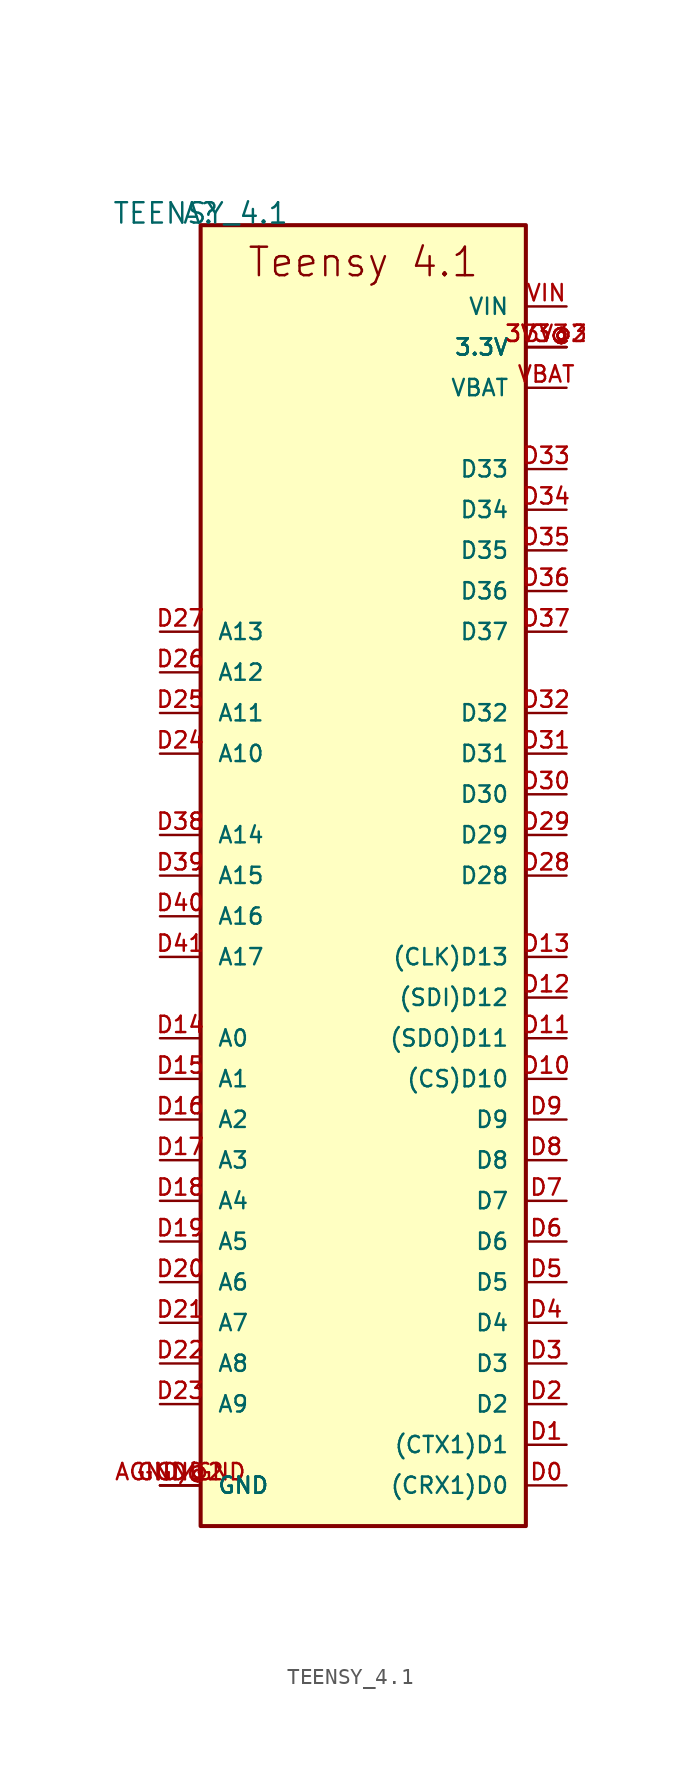
<source format=kicad_sym>
(kicad_symbol_lib
  (version 20211014)
  (generator kicad_symbol_editor)
  (symbol "TEENSY_4.1"
    (pin_names
      (offset 1.016))
    (property "Reference" "A"
      (at 0 0 0)
      (effects (font (size 1.27 1.27)) (justify bottom)))
    (property "Value" "TEENSY_4.1"
      (at 0 0.0 0)
      (effects (font (size 1.27 1.27)) (justify bottom)))
    (symbol "TEENSY_4.1_0_0"
      (text "Teensy 4.1" (at 10.16 -1.27 0) (effects (font (size 1.778 1.778)) (justify top)))
      (rectangle (start 1.7763568394e-15 -81.28) (end 20.32 -7.1054273576e-15) (stroke (width 0.254)) (fill (type background)))
      (pin bidirectional line (at 22.86 -78.74 180.0) (length 2.54) (name "(CRX1)D0" (effects (font (size 1.016 1.016)))) (number "D0" (effects (font (size 1.016 1.016)))))
      (pin bidirectional line (at 22.86 -76.2 180.0) (length 2.54) (name "(CTX1)D1" (effects (font (size 1.016 1.016)))) (number "D1" (effects (font (size 1.016 1.016)))))
      (pin bidirectional line (at -2.54 -78.74 0) (length 2.54) (name "GND" (effects (font (size 1.016 1.016)))) (number "AGND/GND" (effects (font (size 1.016 1.016)))))
      (pin bidirectional line (at -2.54 -78.74 0) (length 2.54) (name "GND" (effects (font (size 1.016 1.016)))) (number "GND" (effects (font (size 1.016 1.016)))))
      (pin bidirectional line (at -2.54 -78.74 0) (length 2.54) (name "GND" (effects (font (size 1.016 1.016)))) (number "GND@2" (effects (font (size 1.016 1.016)))))
      (pin bidirectional line (at 22.86 -73.66 180.0) (length 2.54) (name "D2" (effects (font (size 1.016 1.016)))) (number "D2" (effects (font (size 1.016 1.016)))))
      (pin bidirectional line (at 22.86 -71.12 180.0) (length 2.54) (name "D3" (effects (font (size 1.016 1.016)))) (number "D3" (effects (font (size 1.016 1.016)))))
      (pin bidirectional line (at 22.86 -68.58 180.0) (length 2.54) (name "D4" (effects (font (size 1.016 1.016)))) (number "D4" (effects (font (size 1.016 1.016)))))
      (pin bidirectional line (at 22.86 -66.04 180.0) (length 2.54) (name "D5" (effects (font (size 1.016 1.016)))) (number "D5" (effects (font (size 1.016 1.016)))))
      (pin bidirectional line (at 22.86 -63.5 180.0) (length 2.54) (name "D6" (effects (font (size 1.016 1.016)))) (number "D6" (effects (font (size 1.016 1.016)))))
      (pin bidirectional line (at 22.86 -60.96 180.0) (length 2.54) (name "D7" (effects (font (size 1.016 1.016)))) (number "D7" (effects (font (size 1.016 1.016)))))
      (pin bidirectional line (at 22.86 -58.42 180.0) (length 2.54) (name "D8" (effects (font (size 1.016 1.016)))) (number "D8" (effects (font (size 1.016 1.016)))))
      (pin bidirectional line (at 22.86 -55.88 180.0) (length 2.54) (name "D9" (effects (font (size 1.016 1.016)))) (number "D9" (effects (font (size 1.016 1.016)))))
      (pin bidirectional line (at 22.86 -53.34 180.0) (length 2.54) (name "(CS)D10" (effects (font (size 1.016 1.016)))) (number "D10" (effects (font (size 1.016 1.016)))))
      (pin bidirectional line (at 22.86 -50.8 180.0) (length 2.54) (name "(SDO)D11" (effects (font (size 1.016 1.016)))) (number "D11" (effects (font (size 1.016 1.016)))))
      (pin bidirectional line (at 22.86 -48.26 180.0) (length 2.54) (name "(SDI)D12" (effects (font (size 1.016 1.016)))) (number "D12" (effects (font (size 1.016 1.016)))))
      (pin bidirectional line (at 22.86 -45.72 180.0) (length 2.54) (name "(CLK)D13" (effects (font (size 1.016 1.016)))) (number "D13" (effects (font (size 1.016 1.016)))))
      (pin bidirectional line (at -2.54 -50.8 0) (length 2.54) (name "A0" (effects (font (size 1.016 1.016)))) (number "D14" (effects (font (size 1.016 1.016)))))
      (pin bidirectional line (at -2.54 -53.34 0) (length 2.54) (name "A1" (effects (font (size 1.016 1.016)))) (number "D15" (effects (font (size 1.016 1.016)))))
      (pin bidirectional line (at -2.54 -55.88 0) (length 2.54) (name "A2" (effects (font (size 1.016 1.016)))) (number "D16" (effects (font (size 1.016 1.016)))))
      (pin bidirectional line (at -2.54 -58.42 0) (length 2.54) (name "A3" (effects (font (size 1.016 1.016)))) (number "D17" (effects (font (size 1.016 1.016)))))
      (pin bidirectional line (at -2.54 -60.96 0) (length 2.54) (name "A4" (effects (font (size 1.016 1.016)))) (number "D18" (effects (font (size 1.016 1.016)))))
      (pin bidirectional line (at -2.54 -66.04 0) (length 2.54) (name "A6" (effects (font (size 1.016 1.016)))) (number "D20" (effects (font (size 1.016 1.016)))))
      (pin bidirectional line (at -2.54 -63.5 0) (length 2.54) (name "A5" (effects (font (size 1.016 1.016)))) (number "D19" (effects (font (size 1.016 1.016)))))
      (pin bidirectional line (at -2.54 -68.58 0) (length 2.54) (name "A7" (effects (font (size 1.016 1.016)))) (number "D21" (effects (font (size 1.016 1.016)))))
      (pin bidirectional line (at -2.54 -73.66 0) (length 2.54) (name "A9" (effects (font (size 1.016 1.016)))) (number "D23" (effects (font (size 1.016 1.016)))))
      (pin bidirectional line (at -2.54 -71.12 0) (length 2.54) (name "A8" (effects (font (size 1.016 1.016)))) (number "D22" (effects (font (size 1.016 1.016)))))
      (pin power_in line (at 22.86 -5.08 180.0) (length 2.54) (name "VIN" (effects (font (size 1.016 1.016)))) (number "VIN" (effects (font (size 1.016 1.016)))))
      (pin power_in line (at 22.86 -7.62 180.0) (length 2.54) (name "3.3V" (effects (font (size 1.016 1.016)))) (number "3V3" (effects (font (size 1.016 1.016)))))
      (pin power_in line (at 22.86 -7.62 180.0) (length 2.54) (name "3.3V" (effects (font (size 1.016 1.016)))) (number "3V3@2" (effects (font (size 1.016 1.016)))))
      (pin power_in line (at 22.86 -7.62 180.0) (length 2.54) (name "3.3V" (effects (font (size 1.016 1.016)))) (number "3V3@3" (effects (font (size 1.016 1.016)))))
      (pin bidirectional line (at -2.54 -33.02 0) (length 2.54) (name "A10" (effects (font (size 1.016 1.016)))) (number "D24" (effects (font (size 1.016 1.016)))))
      (pin bidirectional line (at -2.54 -30.48 0) (length 2.54) (name "A11" (effects (font (size 1.016 1.016)))) (number "D25" (effects (font (size 1.016 1.016)))))
      (pin bidirectional line (at -2.54 -27.94 0) (length 2.54) (name "A12" (effects (font (size 1.016 1.016)))) (number "D26" (effects (font (size 1.016 1.016)))))
      (pin bidirectional line (at -2.54 -25.4 0) (length 2.54) (name "A13" (effects (font (size 1.016 1.016)))) (number "D27" (effects (font (size 1.016 1.016)))))
      (pin bidirectional line (at 22.86 -40.64 180.0) (length 2.54) (name "D28" (effects (font (size 1.016 1.016)))) (number "D28" (effects (font (size 1.016 1.016)))))
      (pin bidirectional line (at 22.86 -38.1 180.0) (length 2.54) (name "D29" (effects (font (size 1.016 1.016)))) (number "D29" (effects (font (size 1.016 1.016)))))
      (pin bidirectional line (at 22.86 -35.56 180.0) (length 2.54) (name "D30" (effects (font (size 1.016 1.016)))) (number "D30" (effects (font (size 1.016 1.016)))))
      (pin bidirectional line (at 22.86 -33.02 180.0) (length 2.54) (name "D31" (effects (font (size 1.016 1.016)))) (number "D31" (effects (font (size 1.016 1.016)))))
      (pin bidirectional line (at 22.86 -30.48 180.0) (length 2.54) (name "D32" (effects (font (size 1.016 1.016)))) (number "D32" (effects (font (size 1.016 1.016)))))
      (pin bidirectional line (at 22.86 -15.24 180.0) (length 2.54) (name "D33" (effects (font (size 1.016 1.016)))) (number "D33" (effects (font (size 1.016 1.016)))))
      (pin bidirectional line (at 22.86 -17.78 180.0) (length 2.54) (name "D34" (effects (font (size 1.016 1.016)))) (number "D34" (effects (font (size 1.016 1.016)))))
      (pin bidirectional line (at 22.86 -20.32 180.0) (length 2.54) (name "D35" (effects (font (size 1.016 1.016)))) (number "D35" (effects (font (size 1.016 1.016)))))
      (pin bidirectional line (at 22.86 -22.86 180.0) (length 2.54) (name "D36" (effects (font (size 1.016 1.016)))) (number "D36" (effects (font (size 1.016 1.016)))))
      (pin bidirectional line (at 22.86 -25.4 180.0) (length 2.54) (name "D37" (effects (font (size 1.016 1.016)))) (number "D37" (effects (font (size 1.016 1.016)))))
      (pin bidirectional line (at -2.54 -38.1 0) (length 2.54) (name "A14" (effects (font (size 1.016 1.016)))) (number "D38" (effects (font (size 1.016 1.016)))))
      (pin bidirectional line (at -2.54 -40.64 0) (length 2.54) (name "A15" (effects (font (size 1.016 1.016)))) (number "D39" (effects (font (size 1.016 1.016)))))
      (pin bidirectional line (at -2.54 -43.18 0) (length 2.54) (name "A16" (effects (font (size 1.016 1.016)))) (number "D40" (effects (font (size 1.016 1.016)))))
      (pin bidirectional line (at -2.54 -45.72 0) (length 2.54) (name "A17" (effects (font (size 1.016 1.016)))) (number "D41" (effects (font (size 1.016 1.016)))))
      (pin power_in line (at 22.86 -10.16 180.0) (length 2.54) (name "VBAT" (effects (font (size 1.016 1.016)))) (number "VBAT" (effects (font (size 1.016 1.016))))))))
</source>
